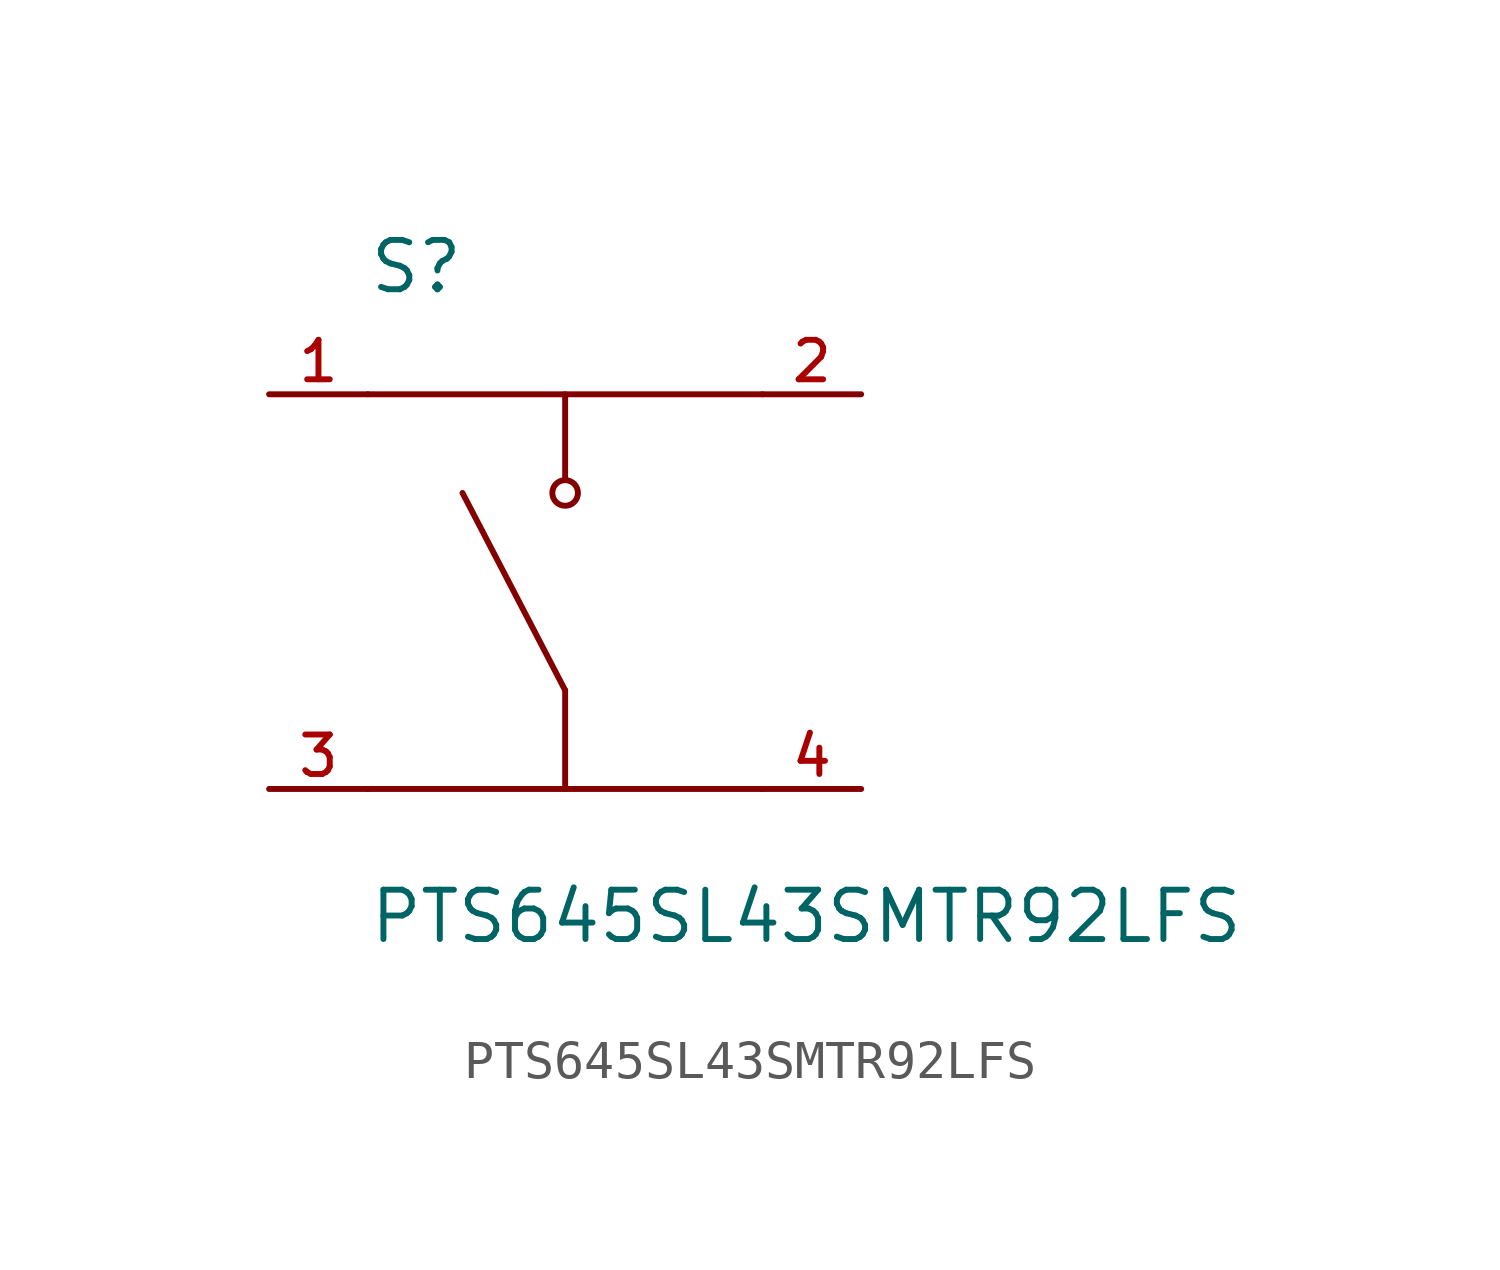
<source format=kicad_sym>
(kicad_symbol_lib
  (version 20211014)
  (generator kicad_symbol_editor)
  (symbol "PTS645SL43SMTR92LFS"
    (pin_names
      (offset 1.016))
    (property "Reference" "S"
      (at -5.08 7.62 0)
      (effects (font (size 1.27 1.27)) (justify bottom left)))
    (property "Value" "PTS645SL43SMTR92LFS"
      (at -5.08 -7.62 0)
      (effects (font (size 1.27 1.27)) (justify top left)))
    (symbol "PTS645SL43SMTR92LFS_0_0"
      (polyline (pts (xy 0.0 -2.54) (xy -2.642 2.54)) (stroke (width 0.152)))
      (circle (center 0.0 2.54) (radius 0.33) (stroke (width 0.152)) (fill (type none)))
      (polyline (pts (xy 0.0 5.08) (xy 0.0 2.921)) (stroke (width 0.152)))
      (polyline (pts (xy 0.0 -2.54) (xy 0.0 -5.08)) (stroke (width 0.152)))
      (polyline (pts (xy -5.08 5.08) (xy 5.08 5.08)) (stroke (width 0.152)))
      (polyline (pts (xy -5.08 -5.08) (xy 5.08 -5.08)) (stroke (width 0.152)))
      (pin passive line (at -7.62 5.08 0) (length 2.54) (name "~" (effects (font (size 1.016 1.016)))) (number "1" (effects (font (size 1.016 1.016)))))
      (pin passive line (at -7.62 -5.08 0) (length 2.54) (name "~" (effects (font (size 1.016 1.016)))) (number "3" (effects (font (size 1.016 1.016)))))
      (pin passive line (at 7.62 5.08 180.0) (length 2.54) (name "~" (effects (font (size 1.016 1.016)))) (number "2" (effects (font (size 1.016 1.016)))))
      (pin passive line (at 7.62 -5.08 180.0) (length 2.54) (name "~" (effects (font (size 1.016 1.016)))) (number "4" (effects (font (size 1.016 1.016))))))))
</source>
